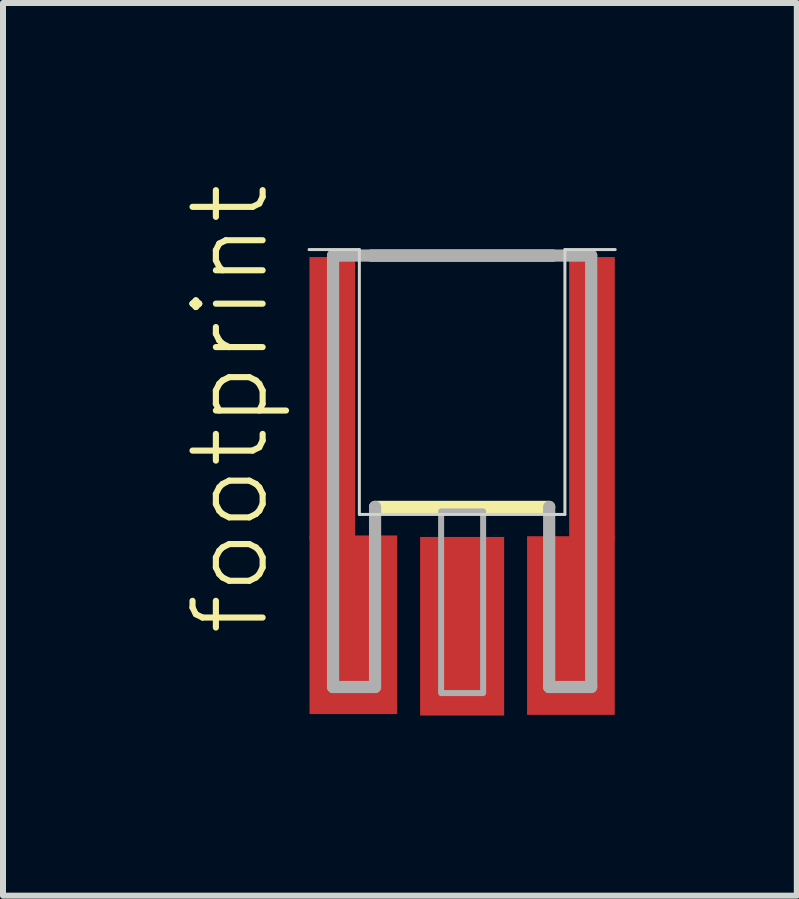
<source format=kicad_pcb>
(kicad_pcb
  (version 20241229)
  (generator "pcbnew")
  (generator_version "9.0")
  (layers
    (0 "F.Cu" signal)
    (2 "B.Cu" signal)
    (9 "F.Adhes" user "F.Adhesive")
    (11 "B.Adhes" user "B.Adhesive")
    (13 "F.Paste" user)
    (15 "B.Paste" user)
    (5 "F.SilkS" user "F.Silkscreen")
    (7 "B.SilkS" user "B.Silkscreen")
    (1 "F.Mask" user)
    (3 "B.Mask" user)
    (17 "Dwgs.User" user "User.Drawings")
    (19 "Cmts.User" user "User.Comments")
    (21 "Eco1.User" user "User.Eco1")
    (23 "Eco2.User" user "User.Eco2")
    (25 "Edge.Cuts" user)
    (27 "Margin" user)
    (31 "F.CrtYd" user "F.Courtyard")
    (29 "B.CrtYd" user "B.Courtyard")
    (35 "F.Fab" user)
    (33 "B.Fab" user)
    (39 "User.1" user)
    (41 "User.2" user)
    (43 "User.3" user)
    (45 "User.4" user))
  (footprint "footprint"
    (layer "F.Cu")
    (at 4.648 1.232)
    (property "Reference" "footprint" (at -3.175 6.35 90) (layer "F.SilkS") (effects (font (size 1.168 1.168) (thickness 0.102)) (justify left bottom)))
    (fp_line (start -1.45 4.162) (end 1.45 4.162) (stroke (width 0.203) (type solid)) (layer "F.SilkS"))
    (fp_line (start 1.515 -0.025) (end -1.515 -0.025) (stroke (width 0.203) (type solid)) (layer "F.SilkS"))
    (fp_line (start -2.55 -0.125) (end -1.712 -0.125) (stroke (width 0.05) (type solid)) (layer "Edge.Cuts"))
    (fp_line (start -1.712 -0.125) (end -1.712 4.287) (stroke (width 0.05) (type solid)) (layer "Edge.Cuts"))
    (fp_line (start -1.712 4.287) (end 1.712 4.287) (stroke (width 0.05) (type solid)) (layer "Edge.Cuts"))
    (fp_line (start 1.712 -0.125) (end 2.55 -0.125) (stroke (width 0.05) (type solid)) (layer "Edge.Cuts"))
    (fp_line (start 1.712 4.287) (end 1.712 -0.125) (stroke (width 0.05) (type solid)) (layer "Edge.Cuts"))
    (fp_line (start -2.15 -0.025) (end -2.15 7.162) (stroke (width 0.203) (type solid)) (layer "F.Fab"))
    (fp_line (start -2.15 7.162) (end -1.45 7.162) (stroke (width 0.203) (type solid)) (layer "F.Fab"))
    (fp_line (start -1.45 7.162) (end -1.45 4.162) (stroke (width 0.203) (type solid)) (layer "F.Fab"))
    (fp_line (start 1.45 4.162) (end 1.45 7.162) (stroke (width 0.203) (type solid)) (layer "F.Fab"))
    (fp_line (start 1.45 7.162) (end 2.15 7.162) (stroke (width 0.203) (type solid)) (layer "F.Fab"))
    (fp_line (start 2.15 -0.025) (end -2.15 -0.025) (stroke (width 0.203) (type solid)) (layer "F.Fab"))
    (fp_line (start 2.15 7.162) (end 2.15 -0.025) (stroke (width 0.203) (type solid)) (layer "F.Fab"))
    (fp_poly (pts (xy -0.35 7.263) (xy 0.35 7.263) (xy 0.35 4.237) (xy -0.35 4.237)) (stroke (width 0.1) (type solid)) (fill no) (layer "F.Fab"))
    (pad "1" smd rect (at 0 6.15) (size 1.4 2.975) (layers "F.Cu" "F.Mask" "F.Paste"))
    (pad "2@1" smd rect (at -1.812 6.125) (size 1.46 2.975) (layers "F.Cu" "F.Mask" "F.Paste"))
    (pad "2@2" smd rect (at 1.812 6.138) (size 1.46 2.975) (layers "F.Cu" "F.Mask" "F.Paste"))
    (pad "2@3" smd rect (at -2.163 2.35) (size 0.76 4.7) (layers "F.Cu" "F.Mask" "F.Paste"))
    (pad "2@4" smd rect (at 2.163 2.35) (size 0.76 4.7) (layers "F.Cu" "F.Mask" "F.Paste")))
  (gr_rect
    (start -3 -3)
    (end 10.223 11.87)
    (stroke (width 0.1) (type default))
    (fill no)
    (layer "Edge.Cuts")))
</source>
